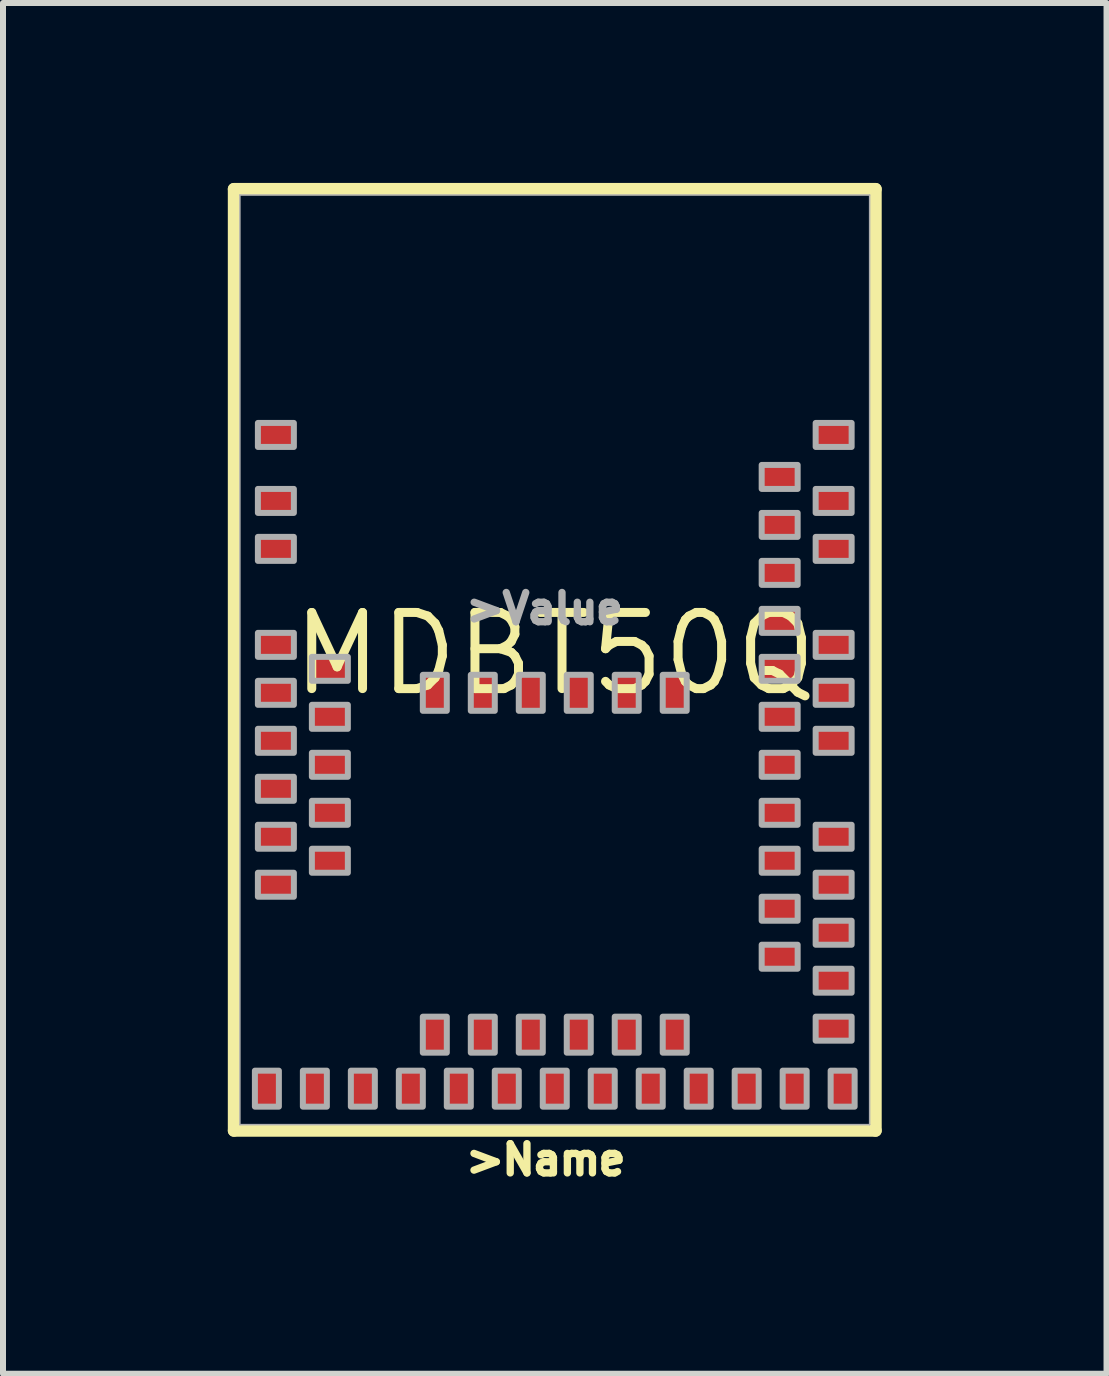
<source format=kicad_pcb>
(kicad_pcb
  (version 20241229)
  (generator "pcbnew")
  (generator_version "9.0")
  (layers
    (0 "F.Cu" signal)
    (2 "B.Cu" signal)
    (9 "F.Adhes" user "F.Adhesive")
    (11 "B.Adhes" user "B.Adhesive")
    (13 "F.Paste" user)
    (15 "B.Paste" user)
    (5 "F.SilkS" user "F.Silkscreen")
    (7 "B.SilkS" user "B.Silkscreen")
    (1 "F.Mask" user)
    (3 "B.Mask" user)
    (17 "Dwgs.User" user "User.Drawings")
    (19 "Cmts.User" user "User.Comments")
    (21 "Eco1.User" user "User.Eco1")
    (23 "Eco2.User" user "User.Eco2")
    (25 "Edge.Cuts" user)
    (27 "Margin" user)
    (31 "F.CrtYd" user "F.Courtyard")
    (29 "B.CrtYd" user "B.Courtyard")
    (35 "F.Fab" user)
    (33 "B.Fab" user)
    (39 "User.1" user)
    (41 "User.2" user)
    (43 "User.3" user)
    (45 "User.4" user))
  (footprint "MDBT50Q"
    (layer "F.Cu")
    (at 6.2 7.852)
    (property "Reference" "MDBT50Q" (at 0 0 0) (layer "F.SilkS") (effects (font (size 1.27 1.27) (thickness 0.15))))
    (fp_line (start -5.35 -7.75) (end 5.35 -7.75) (stroke (width 0.203) (type solid)) (layer "F.SilkS"))
    (fp_line (start -5.35 7.95) (end -5.35 -7.75) (stroke (width 0.203) (type solid)) (layer "F.SilkS"))
    (fp_line (start 5.35 -7.75) (end 5.35 7.95) (stroke (width 0.203) (type solid)) (layer "F.SilkS"))
    (fp_line (start 5.35 7.95) (end -5.35 7.95) (stroke (width 0.203) (type solid)) (layer "F.SilkS"))
    (fp_line (start -5.25 -7.65) (end 5.25 -7.65) (stroke (width 0.025) (type solid)) (layer "F.Fab"))
    (fp_line (start -5.25 7.85) (end -5.25 -7.65) (stroke (width 0.025) (type solid)) (layer "F.Fab"))
    (fp_line (start 5.25 -7.65) (end 5.25 7.85) (stroke (width 0.025) (type solid)) (layer "F.Fab"))
    (fp_line (start 5.25 7.85) (end -5.25 7.85) (stroke (width 0.025) (type solid)) (layer "F.Fab"))
    (fp_poly (pts (xy -5 7.55) (xy -4.6 7.55) (xy -4.6 6.95) (xy -5 6.95)) (stroke (width 0.1) (type solid)) (fill no) (layer "F.Fab"))
    (fp_poly (pts (xy -4.95 -3.45) (xy -4.35 -3.45) (xy -4.35 -3.85) (xy -4.95 -3.85)) (stroke (width 0.1) (type solid)) (fill no) (layer "F.Fab"))
    (fp_poly (pts (xy -4.95 -2.35) (xy -4.35 -2.35) (xy -4.35 -2.75) (xy -4.95 -2.75)) (stroke (width 0.1) (type solid)) (fill no) (layer "F.Fab"))
    (fp_poly (pts (xy -4.95 -1.55) (xy -4.35 -1.55) (xy -4.35 -1.95) (xy -4.95 -1.95)) (stroke (width 0.1) (type solid)) (fill no) (layer "F.Fab"))
    (fp_poly (pts (xy -4.95 0.05) (xy -4.35 0.05) (xy -4.35 -0.35) (xy -4.95 -0.35)) (stroke (width 0.1) (type solid)) (fill no) (layer "F.Fab"))
    (fp_poly (pts (xy -4.95 0.85) (xy -4.35 0.85) (xy -4.35 0.45) (xy -4.95 0.45)) (stroke (width 0.1) (type solid)) (fill no) (layer "F.Fab"))
    (fp_poly (pts (xy -4.95 1.65) (xy -4.35 1.65) (xy -4.35 1.25) (xy -4.95 1.25)) (stroke (width 0.1) (type solid)) (fill no) (layer "F.Fab"))
    (fp_poly (pts (xy -4.95 2.45) (xy -4.35 2.45) (xy -4.35 2.05) (xy -4.95 2.05)) (stroke (width 0.1) (type solid)) (fill no) (layer "F.Fab"))
    (fp_poly (pts (xy -4.95 3.25) (xy -4.35 3.25) (xy -4.35 2.85) (xy -4.95 2.85)) (stroke (width 0.1) (type solid)) (fill no) (layer "F.Fab"))
    (fp_poly (pts (xy -4.95 4.05) (xy -4.35 4.05) (xy -4.35 3.65) (xy -4.95 3.65)) (stroke (width 0.1) (type solid)) (fill no) (layer "F.Fab"))
    (fp_poly (pts (xy -4.2 7.55) (xy -3.8 7.55) (xy -3.8 6.95) (xy -4.2 6.95)) (stroke (width 0.1) (type solid)) (fill no) (layer "F.Fab"))
    (fp_poly (pts (xy -4.05 0.45) (xy -3.45 0.45) (xy -3.45 0.05) (xy -4.05 0.05)) (stroke (width 0.1) (type solid)) (fill no) (layer "F.Fab"))
    (fp_poly (pts (xy -4.05 1.25) (xy -3.45 1.25) (xy -3.45 0.85) (xy -4.05 0.85)) (stroke (width 0.1) (type solid)) (fill no) (layer "F.Fab"))
    (fp_poly (pts (xy -4.05 2.05) (xy -3.45 2.05) (xy -3.45 1.65) (xy -4.05 1.65)) (stroke (width 0.1) (type solid)) (fill no) (layer "F.Fab"))
    (fp_poly (pts (xy -4.05 2.85) (xy -3.45 2.85) (xy -3.45 2.45) (xy -4.05 2.45)) (stroke (width 0.1) (type solid)) (fill no) (layer "F.Fab"))
    (fp_poly (pts (xy -4.05 3.65) (xy -3.45 3.65) (xy -3.45 3.25) (xy -4.05 3.25)) (stroke (width 0.1) (type solid)) (fill no) (layer "F.Fab"))
    (fp_poly (pts (xy -3.4 7.55) (xy -3 7.55) (xy -3 6.95) (xy -3.4 6.95)) (stroke (width 0.1) (type solid)) (fill no) (layer "F.Fab"))
    (fp_poly (pts (xy -2.6 7.55) (xy -2.2 7.55) (xy -2.2 6.95) (xy -2.6 6.95)) (stroke (width 0.1) (type solid)) (fill no) (layer "F.Fab"))
    (fp_poly (pts (xy -2.2 0.95) (xy -1.8 0.95) (xy -1.8 0.35) (xy -2.2 0.35)) (stroke (width 0.1) (type solid)) (fill no) (layer "F.Fab"))
    (fp_poly (pts (xy -2.2 6.65) (xy -1.8 6.65) (xy -1.8 6.05) (xy -2.2 6.05)) (stroke (width 0.1) (type solid)) (fill no) (layer "F.Fab"))
    (fp_poly (pts (xy -1.8 7.55) (xy -1.4 7.55) (xy -1.4 6.95) (xy -1.8 6.95)) (stroke (width 0.1) (type solid)) (fill no) (layer "F.Fab"))
    (fp_poly (pts (xy -1.4 0.95) (xy -1 0.95) (xy -1 0.35) (xy -1.4 0.35)) (stroke (width 0.1) (type solid)) (fill no) (layer "F.Fab"))
    (fp_poly (pts (xy -1.4 6.65) (xy -1 6.65) (xy -1 6.05) (xy -1.4 6.05)) (stroke (width 0.1) (type solid)) (fill no) (layer "F.Fab"))
    (fp_poly (pts (xy -1 7.55) (xy -0.6 7.55) (xy -0.6 6.95) (xy -1 6.95)) (stroke (width 0.1) (type solid)) (fill no) (layer "F.Fab"))
    (fp_poly (pts (xy -0.6 0.95) (xy -0.2 0.95) (xy -0.2 0.35) (xy -0.6 0.35)) (stroke (width 0.1) (type solid)) (fill no) (layer "F.Fab"))
    (fp_poly (pts (xy -0.6 6.65) (xy -0.2 6.65) (xy -0.2 6.05) (xy -0.6 6.05)) (stroke (width 0.1) (type solid)) (fill no) (layer "F.Fab"))
    (fp_poly (pts (xy -0.2 7.55) (xy 0.2 7.55) (xy 0.2 6.95) (xy -0.2 6.95)) (stroke (width 0.1) (type solid)) (fill no) (layer "F.Fab"))
    (fp_poly (pts (xy 0.2 0.95) (xy 0.6 0.95) (xy 0.6 0.35) (xy 0.2 0.35)) (stroke (width 0.1) (type solid)) (fill no) (layer "F.Fab"))
    (fp_poly (pts (xy 0.2 6.65) (xy 0.6 6.65) (xy 0.6 6.05) (xy 0.2 6.05)) (stroke (width 0.1) (type solid)) (fill no) (layer "F.Fab"))
    (fp_poly (pts (xy 0.6 7.55) (xy 1 7.55) (xy 1 6.95) (xy 0.6 6.95)) (stroke (width 0.1) (type solid)) (fill no) (layer "F.Fab"))
    (fp_poly (pts (xy 1 0.95) (xy 1.4 0.95) (xy 1.4 0.35) (xy 1 0.35)) (stroke (width 0.1) (type solid)) (fill no) (layer "F.Fab"))
    (fp_poly (pts (xy 1 6.65) (xy 1.4 6.65) (xy 1.4 6.05) (xy 1 6.05)) (stroke (width 0.1) (type solid)) (fill no) (layer "F.Fab"))
    (fp_poly (pts (xy 1.4 7.55) (xy 1.8 7.55) (xy 1.8 6.95) (xy 1.4 6.95)) (stroke (width 0.1) (type solid)) (fill no) (layer "F.Fab"))
    (fp_poly (pts (xy 1.8 0.95) (xy 2.2 0.95) (xy 2.2 0.35) (xy 1.8 0.35)) (stroke (width 0.1) (type solid)) (fill no) (layer "F.Fab"))
    (fp_poly (pts (xy 1.8 6.65) (xy 2.2 6.65) (xy 2.2 6.05) (xy 1.8 6.05)) (stroke (width 0.1) (type solid)) (fill no) (layer "F.Fab"))
    (fp_poly (pts (xy 2.2 7.55) (xy 2.6 7.55) (xy 2.6 6.95) (xy 2.2 6.95)) (stroke (width 0.1) (type solid)) (fill no) (layer "F.Fab"))
    (fp_poly (pts (xy 3 7.55) (xy 3.4 7.55) (xy 3.4 6.95) (xy 3 6.95)) (stroke (width 0.1) (type solid)) (fill no) (layer "F.Fab"))
    (fp_poly (pts (xy 3.45 -2.75) (xy 4.05 -2.75) (xy 4.05 -3.15) (xy 3.45 -3.15)) (stroke (width 0.1) (type solid)) (fill no) (layer "F.Fab"))
    (fp_poly (pts (xy 3.45 -1.95) (xy 4.05 -1.95) (xy 4.05 -2.35) (xy 3.45 -2.35)) (stroke (width 0.1) (type solid)) (fill no) (layer "F.Fab"))
    (fp_poly (pts (xy 3.45 -1.15) (xy 4.05 -1.15) (xy 4.05 -1.55) (xy 3.45 -1.55)) (stroke (width 0.1) (type solid)) (fill no) (layer "F.Fab"))
    (fp_poly (pts (xy 3.45 -0.35) (xy 4.05 -0.35) (xy 4.05 -0.75) (xy 3.45 -0.75)) (stroke (width 0.1) (type solid)) (fill no) (layer "F.Fab"))
    (fp_poly (pts (xy 3.45 0.45) (xy 4.05 0.45) (xy 4.05 0.05) (xy 3.45 0.05)) (stroke (width 0.1) (type solid)) (fill no) (layer "F.Fab"))
    (fp_poly (pts (xy 3.45 1.25) (xy 4.05 1.25) (xy 4.05 0.85) (xy 3.45 0.85)) (stroke (width 0.1) (type solid)) (fill no) (layer "F.Fab"))
    (fp_poly (pts (xy 3.45 2.05) (xy 4.05 2.05) (xy 4.05 1.65) (xy 3.45 1.65)) (stroke (width 0.1) (type solid)) (fill no) (layer "F.Fab"))
    (fp_poly (pts (xy 3.45 2.85) (xy 4.05 2.85) (xy 4.05 2.45) (xy 3.45 2.45)) (stroke (width 0.1) (type solid)) (fill no) (layer "F.Fab"))
    (fp_poly (pts (xy 3.45 3.65) (xy 4.05 3.65) (xy 4.05 3.25) (xy 3.45 3.25)) (stroke (width 0.1) (type solid)) (fill no) (layer "F.Fab"))
    (fp_poly (pts (xy 3.45 4.45) (xy 4.05 4.45) (xy 4.05 4.05) (xy 3.45 4.05)) (stroke (width 0.1) (type solid)) (fill no) (layer "F.Fab"))
    (fp_poly (pts (xy 3.45 5.25) (xy 4.05 5.25) (xy 4.05 4.85) (xy 3.45 4.85)) (stroke (width 0.1) (type solid)) (fill no) (layer "F.Fab"))
    (fp_poly (pts (xy 3.8 7.55) (xy 4.2 7.55) (xy 4.2 6.95) (xy 3.8 6.95)) (stroke (width 0.1) (type solid)) (fill no) (layer "F.Fab"))
    (fp_poly (pts (xy 4.35 -3.45) (xy 4.95 -3.45) (xy 4.95 -3.85) (xy 4.35 -3.85)) (stroke (width 0.1) (type solid)) (fill no) (layer "F.Fab"))
    (fp_poly (pts (xy 4.35 -2.35) (xy 4.95 -2.35) (xy 4.95 -2.75) (xy 4.35 -2.75)) (stroke (width 0.1) (type solid)) (fill no) (layer "F.Fab"))
    (fp_poly (pts (xy 4.35 -1.55) (xy 4.95 -1.55) (xy 4.95 -1.95) (xy 4.35 -1.95)) (stroke (width 0.1) (type solid)) (fill no) (layer "F.Fab"))
    (fp_poly (pts (xy 4.35 0.05) (xy 4.95 0.05) (xy 4.95 -0.35) (xy 4.35 -0.35)) (stroke (width 0.1) (type solid)) (fill no) (layer "F.Fab"))
    (fp_poly (pts (xy 4.35 0.85) (xy 4.95 0.85) (xy 4.95 0.45) (xy 4.35 0.45)) (stroke (width 0.1) (type solid)) (fill no) (layer "F.Fab"))
    (fp_poly (pts (xy 4.35 1.65) (xy 4.95 1.65) (xy 4.95 1.25) (xy 4.35 1.25)) (stroke (width 0.1) (type solid)) (fill no) (layer "F.Fab"))
    (fp_poly (pts (xy 4.35 3.25) (xy 4.95 3.25) (xy 4.95 2.85) (xy 4.35 2.85)) (stroke (width 0.1) (type solid)) (fill no) (layer "F.Fab"))
    (fp_poly (pts (xy 4.35 4.05) (xy 4.95 4.05) (xy 4.95 3.65) (xy 4.35 3.65)) (stroke (width 0.1) (type solid)) (fill no) (layer "F.Fab"))
    (fp_poly (pts (xy 4.35 4.85) (xy 4.95 4.85) (xy 4.95 4.45) (xy 4.35 4.45)) (stroke (width 0.1) (type solid)) (fill no) (layer "F.Fab"))
    (fp_poly (pts (xy 4.35 5.65) (xy 4.95 5.65) (xy 4.95 5.25) (xy 4.35 5.25)) (stroke (width 0.1) (type solid)) (fill no) (layer "F.Fab"))
    (fp_poly (pts (xy 4.35 6.45) (xy 4.95 6.45) (xy 4.95 6.05) (xy 4.35 6.05)) (stroke (width 0.1) (type solid)) (fill no) (layer "F.Fab"))
    (fp_poly (pts (xy 4.6 7.55) (xy 5 7.55) (xy 5 6.95) (xy 4.6 6.95)) (stroke (width 0.1) (type solid)) (fill no) (layer "F.Fab"))
    (fp_text user ">Name" (at -0.15 8.15 0) (layer "F.SilkS") (effects (font (size 0.488 0.488) (thickness 0.122)) (justify top)))
    (fp_text user ">Value" (at -0.17 -1.04 0) (layer "F.Fab") (effects (font (size 0.488 0.488) (thickness 0.122)) (justify top)))
    (pad "1" smd rect (at -4.65 -3.65) (size 0.6 0.4) (layers "F.Cu" "F.Mask" "F.Paste"))
    (pad "2" smd rect (at -4.65 -2.55) (size 0.6 0.4) (layers "F.Cu" "F.Mask" "F.Paste"))
    (pad "3" smd rect (at -4.65 -1.75) (size 0.6 0.4) (layers "F.Cu" "F.Mask" "F.Paste"))
    (pad "4" smd rect (at -4.65 -0.15) (size 0.6 0.4) (layers "F.Cu" "F.Mask" "F.Paste"))
    (pad "5" smd rect (at -3.75 0.25) (size 0.6 0.4) (layers "F.Cu" "F.Mask" "F.Paste"))
    (pad "6" smd rect (at -4.65 0.65) (size 0.6 0.4) (layers "F.Cu" "F.Mask" "F.Paste"))
    (pad "7" smd rect (at -3.75 1.05) (size 0.6 0.4) (layers "F.Cu" "F.Mask" "F.Paste"))
    (pad "8" smd rect (at -4.65 1.45) (size 0.6 0.4) (layers "F.Cu" "F.Mask" "F.Paste"))
    (pad "9" smd rect (at -3.75 1.85) (size 0.6 0.4) (layers "F.Cu" "F.Mask" "F.Paste"))
    (pad "10" smd rect (at -4.65 2.25) (size 0.6 0.4) (layers "F.Cu" "F.Mask" "F.Paste"))
    (pad "11" smd rect (at -3.75 2.65) (size 0.6 0.4) (layers "F.Cu" "F.Mask" "F.Paste"))
    (pad "12" smd rect (at -4.65 3.05) (size 0.6 0.4) (layers "F.Cu" "F.Mask" "F.Paste"))
    (pad "13" smd rect (at -3.75 3.45) (size 0.6 0.4) (layers "F.Cu" "F.Mask" "F.Paste"))
    (pad "14" smd rect (at -4.65 3.85) (size 0.6 0.4) (layers "F.Cu" "F.Mask" "F.Paste"))
    (pad "15" smd rect (at -4.8 7.25 90) (size 0.6 0.4) (layers "F.Cu" "F.Mask" "F.Paste"))
    (pad "16" smd rect (at -4 7.25 90) (size 0.6 0.4) (layers "F.Cu" "F.Mask" "F.Paste"))
    (pad "17" smd rect (at -3.2 7.25 90) (size 0.6 0.4) (layers "F.Cu" "F.Mask" "F.Paste"))
    (pad "18" smd rect (at -2.4 7.25 90) (size 0.6 0.4) (layers "F.Cu" "F.Mask" "F.Paste"))
    (pad "19" smd rect (at -2 6.35 90) (size 0.6 0.4) (layers "F.Cu" "F.Mask" "F.Paste"))
    (pad "20" smd rect (at -1.6 7.25 90) (size 0.6 0.4) (layers "F.Cu" "F.Mask" "F.Paste"))
    (pad "21" smd rect (at -1.2 6.35 90) (size 0.6 0.4) (layers "F.Cu" "F.Mask" "F.Paste"))
    (pad "22" smd rect (at -0.8 7.25 90) (size 0.6 0.4) (layers "F.Cu" "F.Mask" "F.Paste"))
    (pad "23" smd rect (at -0.4 6.35 90) (size 0.6 0.4) (layers "F.Cu" "F.Mask" "F.Paste"))
    (pad "24" smd rect (at 0 7.25 90) (size 0.6 0.4) (layers "F.Cu" "F.Mask" "F.Paste"))
    (pad "25" smd rect (at 0.4 6.35 90) (size 0.6 0.4) (layers "F.Cu" "F.Mask" "F.Paste"))
    (pad "26" smd rect (at 0.8 7.25 90) (size 0.6 0.4) (layers "F.Cu" "F.Mask" "F.Paste"))
    (pad "27" smd rect (at 1.2 6.35 90) (size 0.6 0.4) (layers "F.Cu" "F.Mask" "F.Paste"))
    (pad "28" smd rect (at 1.6 7.25 90) (size 0.6 0.4) (layers "F.Cu" "F.Mask" "F.Paste"))
    (pad "29" smd rect (at 2 6.35 90) (size 0.6 0.4) (layers "F.Cu" "F.Mask" "F.Paste"))
    (pad "30" smd rect (at 2.4 7.25 90) (size 0.6 0.4) (layers "F.Cu" "F.Mask" "F.Paste"))
    (pad "31" smd rect (at 3.2 7.25 90) (size 0.6 0.4) (layers "F.Cu" "F.Mask" "F.Paste"))
    (pad "32" smd rect (at 4 7.25 90) (size 0.6 0.4) (layers "F.Cu" "F.Mask" "F.Paste"))
    (pad "33" smd rect (at 4.8 7.25 90) (size 0.6 0.4) (layers "F.Cu" "F.Mask" "F.Paste"))
    (pad "34" smd rect (at 4.65 6.25 180) (size 0.6 0.4) (layers "F.Cu" "F.Mask" "F.Paste"))
    (pad "35" smd rect (at 4.65 5.45 180) (size 0.6 0.4) (layers "F.Cu" "F.Mask" "F.Paste"))
    (pad "36" smd rect (at 3.75 5.05 180) (size 0.6 0.4) (layers "F.Cu" "F.Mask" "F.Paste"))
    (pad "37" smd rect (at 4.65 4.65 180) (size 0.6 0.4) (layers "F.Cu" "F.Mask" "F.Paste"))
    (pad "38" smd rect (at 3.75 4.25 180) (size 0.6 0.4) (layers "F.Cu" "F.Mask" "F.Paste"))
    (pad "39" smd rect (at 4.65 3.85 180) (size 0.6 0.4) (layers "F.Cu" "F.Mask" "F.Paste"))
    (pad "40" smd rect (at 3.75 3.45 180) (size 0.6 0.4) (layers "F.Cu" "F.Mask" "F.Paste"))
    (pad "41" smd rect (at 4.65 3.05 180) (size 0.6 0.4) (layers "F.Cu" "F.Mask" "F.Paste"))
    (pad "42" smd rect (at 3.75 2.65 180) (size 0.6 0.4) (layers "F.Cu" "F.Mask" "F.Paste"))
    (pad "43" smd rect (at 3.75 1.85 180) (size 0.6 0.4) (layers "F.Cu" "F.Mask" "F.Paste"))
    (pad "44" smd rect (at 4.65 1.45 180) (size 0.6 0.4) (layers "F.Cu" "F.Mask" "F.Paste"))
    (pad "45" smd rect (at 3.75 1.05 180) (size 0.6 0.4) (layers "F.Cu" "F.Mask" "F.Paste"))
    (pad "46" smd rect (at 4.65 0.65 180) (size 0.6 0.4) (layers "F.Cu" "F.Mask" "F.Paste"))
    (pad "47" smd rect (at 3.75 0.25 180) (size 0.6 0.4) (layers "F.Cu" "F.Mask" "F.Paste"))
    (pad "48" smd rect (at 4.65 -0.15 180) (size 0.6 0.4) (layers "F.Cu" "F.Mask" "F.Paste"))
    (pad "49" smd rect (at 3.75 -0.55 180) (size 0.6 0.4) (layers "F.Cu" "F.Mask" "F.Paste"))
    (pad "50" smd rect (at 3.75 -1.35 180) (size 0.6 0.4) (layers "F.Cu" "F.Mask" "F.Paste"))
    (pad "51" smd rect (at 4.65 -1.75 180) (size 0.6 0.4) (layers "F.Cu" "F.Mask" "F.Paste"))
    (pad "52" smd rect (at 3.75 -2.15 180) (size 0.6 0.4) (layers "F.Cu" "F.Mask" "F.Paste"))
    (pad "53" smd rect (at 4.65 -2.55 180) (size 0.6 0.4) (layers "F.Cu" "F.Mask" "F.Paste"))
    (pad "54" smd rect (at 3.75 -2.95 180) (size 0.6 0.4) (layers "F.Cu" "F.Mask" "F.Paste"))
    (pad "55" smd rect (at 4.65 -3.65 180) (size 0.6 0.4) (layers "F.Cu" "F.Mask" "F.Paste"))
    (pad "56" smd rect (at -2 0.65 270) (size 0.6 0.4) (layers "F.Cu" "F.Mask" "F.Paste"))
    (pad "57" smd rect (at -1.2 0.65 270) (size 0.6 0.4) (layers "F.Cu" "F.Mask" "F.Paste"))
    (pad "58" smd rect (at -0.4 0.65 270) (size 0.6 0.4) (layers "F.Cu" "F.Mask" "F.Paste"))
    (pad "59" smd rect (at 0.4 0.65 270) (size 0.6 0.4) (layers "F.Cu" "F.Mask" "F.Paste"))
    (pad "60" smd rect (at 1.2 0.65 270) (size 0.6 0.4) (layers "F.Cu" "F.Mask" "F.Paste"))
    (pad "61" smd rect (at 2 0.65 270) (size 0.6 0.4) (layers "F.Cu" "F.Mask" "F.Paste"))
    (zone (net_name "") (layer "F.Cu") (hatch edge 0.508) (connect_pads) (min_thickness 0.254) (filled_areas_thickness no) (keepout (tracks not_allowed) (vias not_allowed) (pads not_allowed) (copperpour not_allowed) (footprints allowed)) (placement (enabled no)) (fill) (polygon (pts (xy 0 4.002) (xy 12.4 4.002) (xy 12.4 0.202) (xy 0 0.202))))
    (zone (net_name "") (layer "F.Cu") (hatch edge 0.508) (connect_pads) (min_thickness 0.254) (filled_areas_thickness no) (keepout (tracks not_allowed) (vias not_allowed) (pads not_allowed) (copperpour not_allowed) (footprints allowed)) (placement (enabled no)) (fill) (polygon (pts (xy 3.9 5.202) (xy 5.5 5.202) (xy 5.5 4.002) (xy 3.9 4.002))))
    (zone (net_name "") (layer "B.Cu") (hatch edge 0.508) (connect_pads) (min_thickness 0.254) (filled_areas_thickness no) (keepout (tracks not_allowed) (vias not_allowed) (pads not_allowed) (copperpour not_allowed) (footprints allowed)) (placement (enabled no)) (fill) (polygon (pts (xy 0 4.002) (xy 12.4 4.002) (xy 12.4 0.202) (xy 0 0.202)))))
  (gr_rect
    (start -3 -3)
    (end 15.4 19.855)
    (stroke (width 0.1) (type default))
    (fill no)
    (layer "Edge.Cuts")))
</source>
